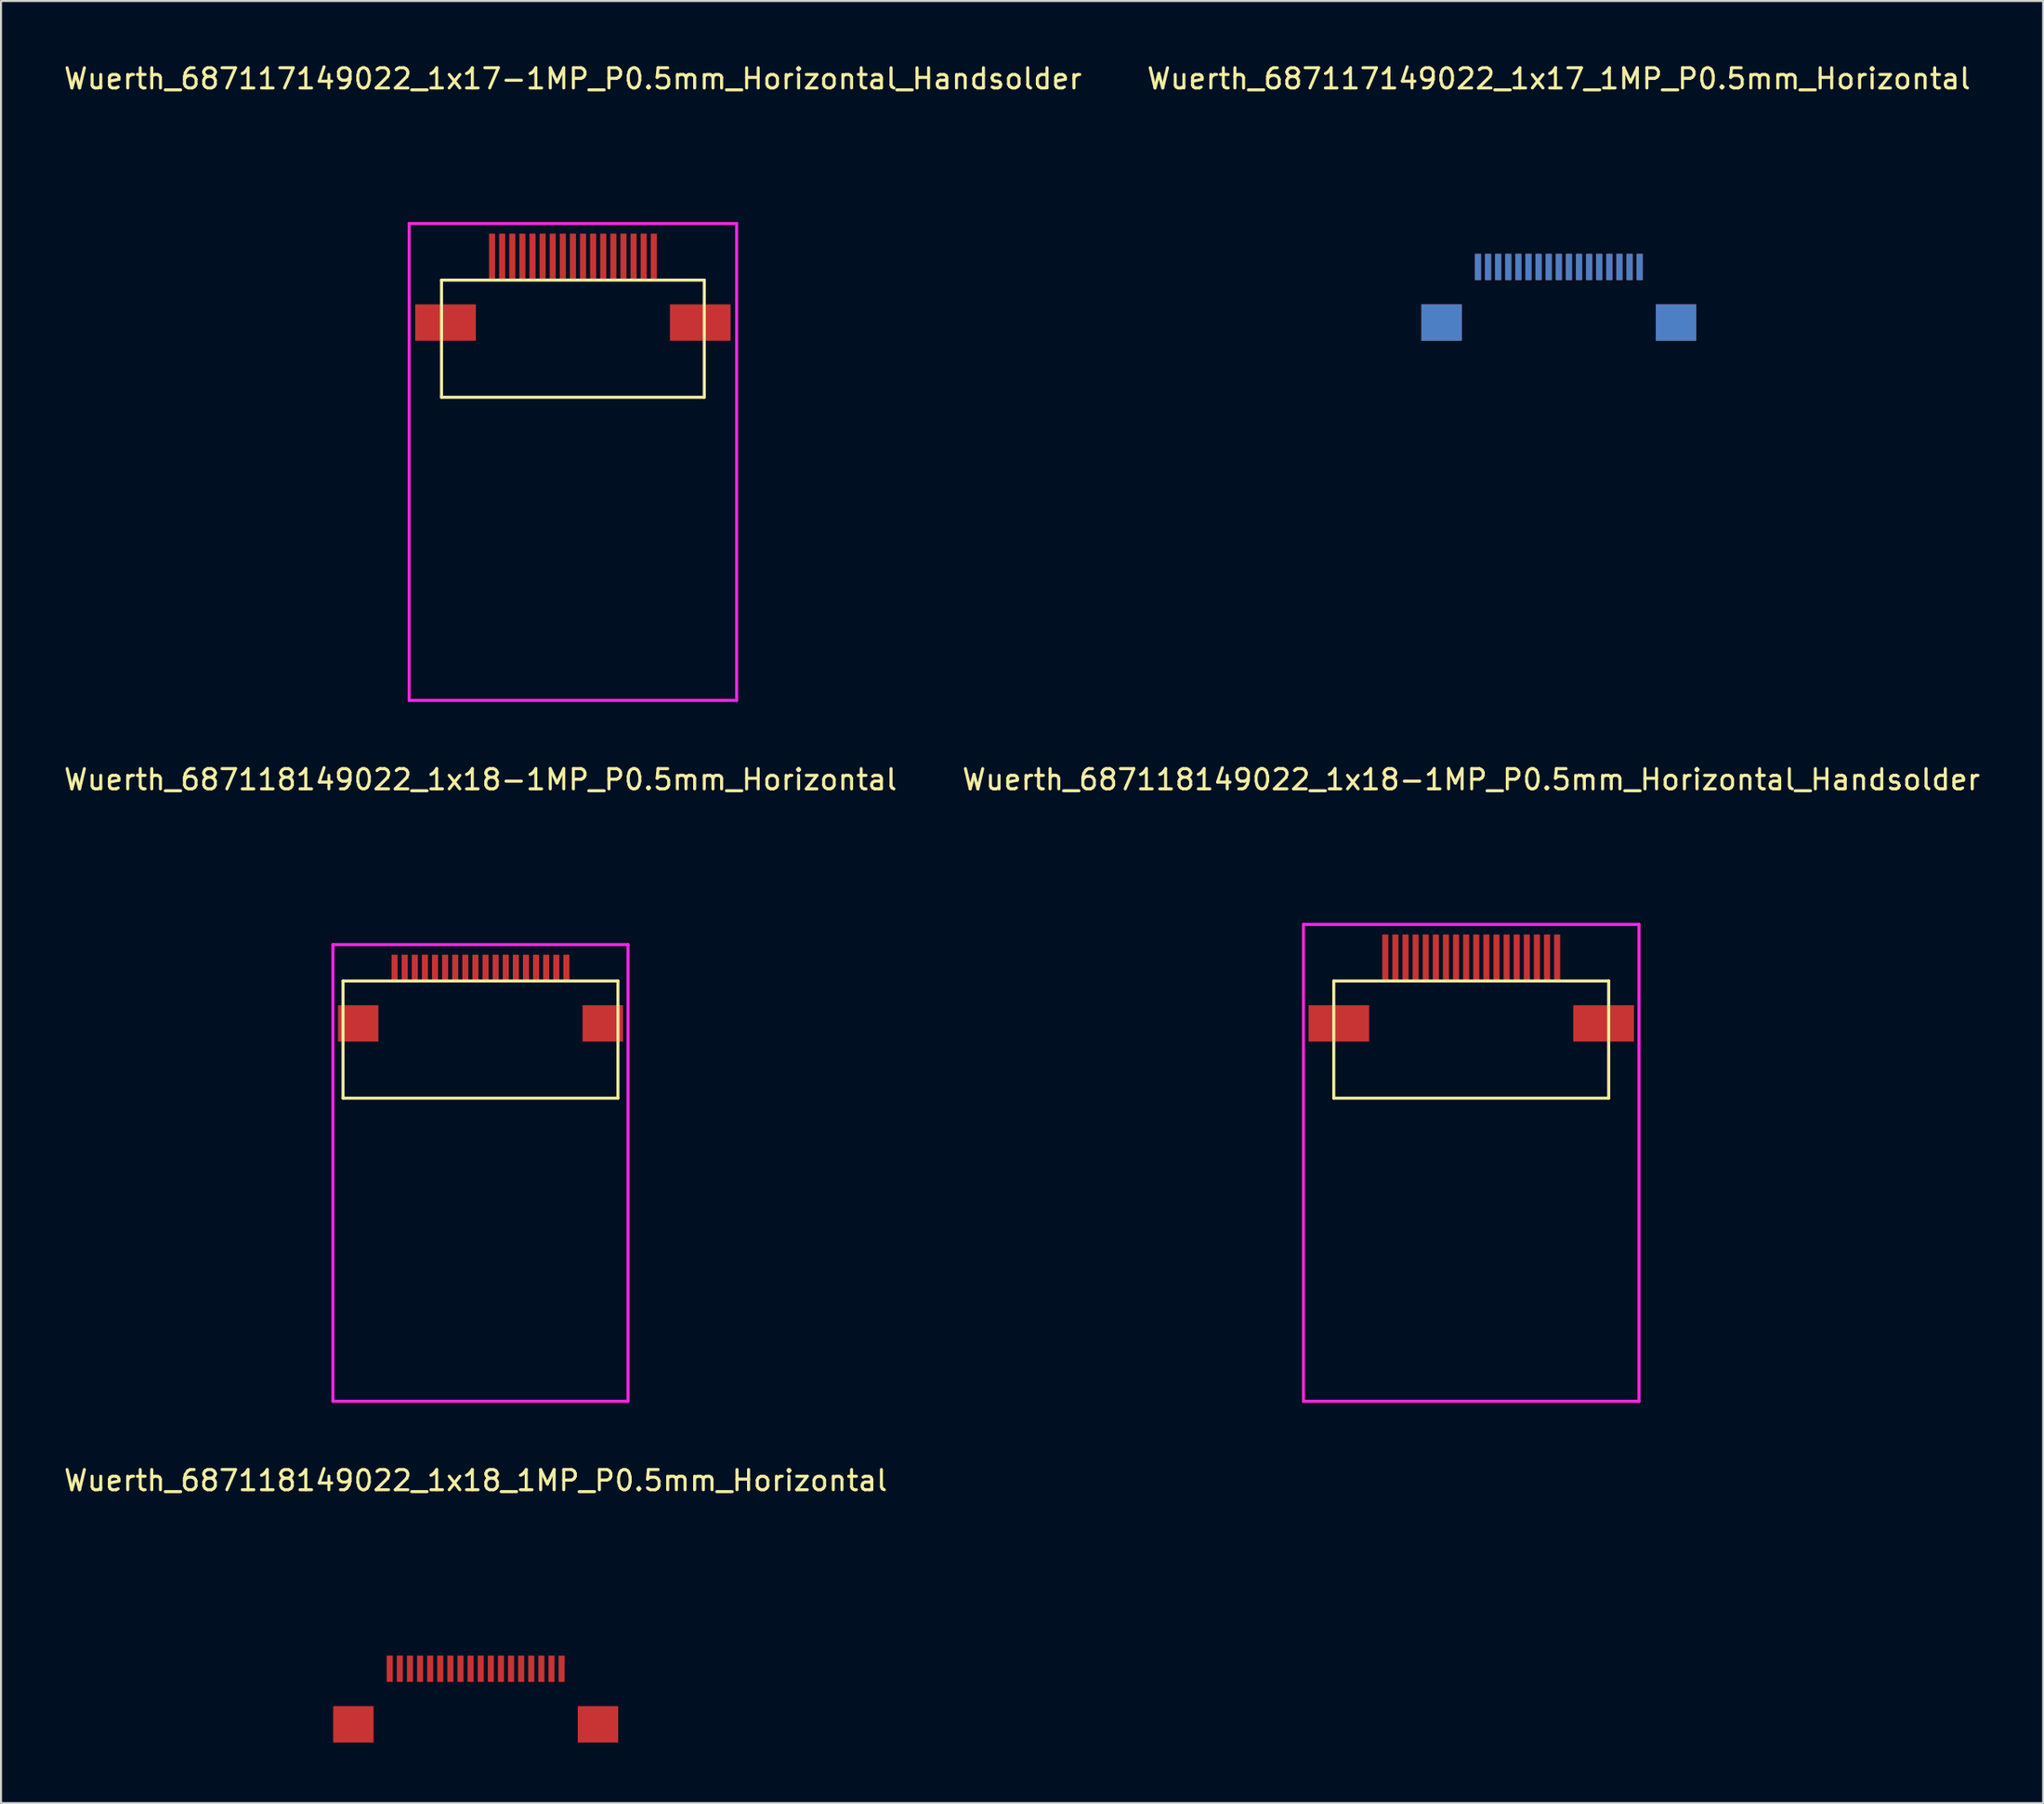
<source format=kicad_pcb>
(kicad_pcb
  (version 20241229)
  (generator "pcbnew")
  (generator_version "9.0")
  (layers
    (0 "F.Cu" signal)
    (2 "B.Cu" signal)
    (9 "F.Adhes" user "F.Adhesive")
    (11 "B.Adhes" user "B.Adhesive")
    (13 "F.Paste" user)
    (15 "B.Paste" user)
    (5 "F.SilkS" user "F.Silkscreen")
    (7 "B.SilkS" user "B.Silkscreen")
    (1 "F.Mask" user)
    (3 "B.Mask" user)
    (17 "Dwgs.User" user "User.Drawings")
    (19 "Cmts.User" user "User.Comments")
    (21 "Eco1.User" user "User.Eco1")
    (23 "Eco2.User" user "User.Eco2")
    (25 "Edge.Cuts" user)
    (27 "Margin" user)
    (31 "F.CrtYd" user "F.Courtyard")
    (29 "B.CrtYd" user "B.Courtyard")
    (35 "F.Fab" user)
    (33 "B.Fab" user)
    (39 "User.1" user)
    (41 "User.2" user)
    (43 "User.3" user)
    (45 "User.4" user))
  (footprint "Wuerth_687118149022_1x18-1MP_P0.5mm_Horizontal_Handsolder"
    (layer "F.Cu")
    (at 69.732 47.602)
    (property "Reference" "Wuerth_687118149022_1x18-1MP_P0.5mm_Horizontal_Handsolder" (at 0 -12.065 0) (layer "F.SilkS") (effects (font (size 1 1) (thickness 0.15))))
    (attr through_hole)
    (fp_line (start -6.8 -2.1) (end 6.8 -2.1) (stroke (width 0.15) (type solid)) (layer "F.SilkS"))
    (fp_line (start -6.8 3.7) (end -6.8 -2.1) (stroke (width 0.15) (type solid)) (layer "F.SilkS"))
    (fp_line (start 6.8 -2.1) (end 6.8 3.7) (stroke (width 0.15) (type solid)) (layer "F.SilkS"))
    (fp_line (start 6.8 3.7) (end -6.8 3.7) (stroke (width 0.15) (type solid)) (layer "F.SilkS"))
    (fp_line (start -8.3 -4.9) (end 8.3 -4.9) (stroke (width 0.15) (type solid)) (layer "F.CrtYd"))
    (fp_line (start -8.3 18.7) (end -8.3 -4.9) (stroke (width 0.15) (type solid)) (layer "F.CrtYd"))
    (fp_line (start 8.3 -4.9) (end 8.3 18.7) (stroke (width 0.15) (type solid)) (layer "F.CrtYd"))
    (fp_line (start 8.3 18.7) (end -8.3 18.7) (stroke (width 0.15) (type solid)) (layer "F.CrtYd"))
    (pad "1" smd rect (at -4.25 -3.25) (size 0.3 2.3) (layers "F.Cu" "F.Mask"))
    (pad "2" smd rect (at -3.75 -3.25) (size 0.3 2.3) (layers "F.Cu" "F.Mask"))
    (pad "3" smd rect (at -3.25 -3.25) (size 0.3 2.3) (layers "F.Cu" "F.Mask"))
    (pad "4" smd rect (at -2.75 -3.25) (size 0.3 2.3) (layers "F.Cu" "F.Mask"))
    (pad "5" smd rect (at -2.25 -3.25) (size 0.3 2.3) (layers "F.Cu" "F.Mask"))
    (pad "6" smd rect (at -1.75 -3.25) (size 0.3 2.3) (layers "F.Cu" "F.Mask"))
    (pad "7" smd rect (at -1.25 -3.25) (size 0.3 2.3) (layers "F.Cu" "F.Mask"))
    (pad "8" smd rect (at -0.75 -3.25) (size 0.3 2.3) (layers "F.Cu" "F.Mask"))
    (pad "9" smd rect (at -0.25 -3.25) (size 0.3 2.3) (layers "F.Cu" "F.Mask"))
    (pad "10" smd rect (at 0.25 -3.25) (size 0.3 2.3) (layers "F.Cu" "F.Mask"))
    (pad "11" smd rect (at 0.75 -3.25) (size 0.3 2.3) (layers "F.Cu" "F.Mask"))
    (pad "12" smd rect (at 1.25 -3.25) (size 0.3 2.3) (layers "F.Cu" "F.Mask"))
    (pad "13" smd rect (at 1.75 -3.25) (size 0.3 2.3) (layers "F.Cu" "F.Mask"))
    (pad "14" smd rect (at 2.25 -3.25) (size 0.3 2.3) (layers "F.Cu" "F.Mask"))
    (pad "15" smd rect (at 2.75 -3.25) (size 0.3 2.3) (layers "F.Cu" "F.Mask"))
    (pad "16" smd rect (at 3.25 -3.25) (size 0.3 2.3) (layers "F.Cu" "F.Mask"))
    (pad "17" smd rect (at 3.75 -3.25) (size 0.3 2.3) (layers "F.Cu" "F.Mask"))
    (pad "18" smd rect (at 4.25 -3.25) (size 0.3 2.3) (layers "F.Cu" "F.Mask"))
    (pad "MP" smd rect (at -6.55 0) (size 3 1.8) (layers "F.Cu" "F.Mask"))
    (pad "MP" smd rect (at 6.55 0) (size 3 1.8) (layers "F.Cu" "F.Mask")))
  (footprint "Wuerth_687118149022_1x18_1MP_P0.5mm_Horizontal"
    (layer "F.Cu")
    (at 20.482 82.29)
    (property "Reference" "Wuerth_687118149022_1x18_1MP_P0.5mm_Horizontal" (at 0 -12.065 0) (layer "F.SilkS") (effects (font (size 1 1) (thickness 0.15))))
    (attr through_hole)
    (pad "1" smd rect (at -4.25 -2.75) (size 0.3 1.3) (layers "F.Cu" "F.Mask"))
    (pad "2" smd rect (at -3.75 -2.75) (size 0.3 1.3) (layers "F.Cu" "F.Mask"))
    (pad "3" smd rect (at -3.25 -2.75) (size 0.3 1.3) (layers "F.Cu" "F.Mask"))
    (pad "4" smd rect (at -2.75 -2.75) (size 0.3 1.3) (layers "F.Cu" "F.Mask"))
    (pad "5" smd rect (at -2.25 -2.75) (size 0.3 1.3) (layers "F.Cu" "F.Mask"))
    (pad "6" smd rect (at -1.75 -2.75) (size 0.3 1.3) (layers "F.Cu" "F.Mask"))
    (pad "7" smd rect (at -1.25 -2.75) (size 0.3 1.3) (layers "F.Cu" "F.Mask"))
    (pad "8" smd rect (at -0.75 -2.75) (size 0.3 1.3) (layers "F.Cu" "F.Mask"))
    (pad "9" smd rect (at -0.25 -2.75) (size 0.3 1.3) (layers "F.Cu" "F.Mask"))
    (pad "10" smd rect (at 0.25 -2.75) (size 0.3 1.3) (layers "F.Cu" "F.Mask"))
    (pad "11" smd rect (at 0.75 -2.75) (size 0.3 1.3) (layers "F.Cu" "F.Mask"))
    (pad "12" smd rect (at 1.25 -2.75) (size 0.3 1.3) (layers "F.Cu" "F.Mask"))
    (pad "13" smd rect (at 1.75 -2.75) (size 0.3 1.3) (layers "F.Cu" "F.Mask"))
    (pad "14" smd rect (at 2.25 -2.75) (size 0.3 1.3) (layers "F.Cu" "F.Mask"))
    (pad "15" smd rect (at 2.75 -2.75) (size 0.3 1.3) (layers "F.Cu" "F.Mask"))
    (pad "16" smd rect (at 3.25 -2.75) (size 0.3 1.3) (layers "F.Cu" "F.Mask"))
    (pad "17" smd rect (at 3.75 -2.75) (size 0.3 1.3) (layers "F.Cu" "F.Mask"))
    (pad "18" smd rect (at 4.25 -2.75) (size 0.3 1.3) (layers "F.Cu" "F.Mask"))
    (pad "MP" smd rect (at -6.05 0) (size 2 1.8) (layers "F.Cu" "F.Mask"))
    (pad "MP" smd rect (at 6.05 0) (size 2 1.8) (layers "F.Cu" "F.Mask")))
  (footprint "Wuerth_687117149022_1x17-1MP_P0.5mm_Horizontal_Handsolder"
    (layer "F.Cu")
    (at 25.292 12.913)
    (property "Reference" "Wuerth_687117149022_1x17-1MP_P0.5mm_Horizontal_Handsolder" (at 0 -12.065 0) (layer "F.SilkS") (effects (font (size 1 1) (thickness 0.15))))
    (attr through_hole)
    (fp_line (start -6.5 -2.1) (end 6.5 -2.1) (stroke (width 0.15) (type solid)) (layer "F.SilkS"))
    (fp_line (start -6.5 3.7) (end -6.5 -2.1) (stroke (width 0.15) (type solid)) (layer "F.SilkS"))
    (fp_line (start 6.5 -2.1) (end 6.5 3.7) (stroke (width 0.15) (type solid)) (layer "F.SilkS"))
    (fp_line (start 6.5 3.7) (end -6.5 3.7) (stroke (width 0.15) (type solid)) (layer "F.SilkS"))
    (fp_line (start -8.1 -4.9) (end 8.1 -4.9) (stroke (width 0.15) (type solid)) (layer "F.CrtYd"))
    (fp_line (start -8.1 18.7) (end -8.1 -4.9) (stroke (width 0.15) (type solid)) (layer "F.CrtYd"))
    (fp_line (start 8.1 -4.9) (end 8.1 18.7) (stroke (width 0.15) (type solid)) (layer "F.CrtYd"))
    (fp_line (start 8.1 18.7) (end -8.1 18.7) (stroke (width 0.15) (type solid)) (layer "F.CrtYd"))
    (pad "1" smd rect (at -4 -3.25) (size 0.3 2.3) (layers "F.Cu" "F.Mask"))
    (pad "2" smd rect (at -3.5 -3.25) (size 0.3 2.3) (layers "F.Cu" "F.Mask"))
    (pad "3" smd rect (at -3 -3.25) (size 0.3 2.3) (layers "F.Cu" "F.Mask"))
    (pad "4" smd rect (at -2.5 -3.25) (size 0.3 2.3) (layers "F.Cu" "F.Mask"))
    (pad "5" smd rect (at -2 -3.25) (size 0.3 2.3) (layers "F.Cu" "F.Mask"))
    (pad "6" smd rect (at -1.5 -3.25) (size 0.3 2.3) (layers "F.Cu" "F.Mask"))
    (pad "7" smd rect (at -1 -3.25) (size 0.3 2.3) (layers "F.Cu" "F.Mask"))
    (pad "8" smd rect (at -0.5 -3.25) (size 0.3 2.3) (layers "F.Cu" "F.Mask"))
    (pad "9" smd rect (at 0 -3.25) (size 0.3 2.3) (layers "F.Cu" "F.Mask"))
    (pad "10" smd rect (at 0.5 -3.25) (size 0.3 2.3) (layers "F.Cu" "F.Mask"))
    (pad "11" smd rect (at 1 -3.25) (size 0.3 2.3) (layers "F.Cu" "F.Mask"))
    (pad "12" smd rect (at 1.5 -3.25) (size 0.3 2.3) (layers "F.Cu" "F.Mask"))
    (pad "13" smd rect (at 2 -3.25) (size 0.3 2.3) (layers "F.Cu" "F.Mask"))
    (pad "14" smd rect (at 2.5 -3.25) (size 0.3 2.3) (layers "F.Cu" "F.Mask"))
    (pad "15" smd rect (at 3 -3.25) (size 0.3 2.3) (layers "F.Cu" "F.Mask"))
    (pad "16" smd rect (at 3.5 -3.25) (size 0.3 2.3) (layers "F.Cu" "F.Mask"))
    (pad "17" smd rect (at 4 -3.25) (size 0.3 2.3) (layers "F.Cu" "F.Mask"))
    (pad "MP" smd rect (at -6.3 0) (size 3 1.8) (layers "F.Cu" "F.Mask"))
    (pad "MP" smd rect (at 6.3 0) (size 3 1.8) (layers "F.Cu" "F.Mask")))
  (footprint "Wuerth_687118149022_1x18-1MP_P0.5mm_Horizontal"
    (layer "F.Cu")
    (at 20.72 47.602)
    (property "Reference" "Wuerth_687118149022_1x18-1MP_P0.5mm_Horizontal" (at 0 -12.065 0) (layer "F.SilkS") (effects (font (size 1 1) (thickness 0.15))))
    (attr through_hole)
    (fp_line (start -6.8 -2.1) (end 6.8 -2.1) (stroke (width 0.15) (type solid)) (layer "F.SilkS"))
    (fp_line (start -6.8 3.7) (end -6.8 -2.1) (stroke (width 0.15) (type solid)) (layer "F.SilkS"))
    (fp_line (start 6.8 -2.1) (end 6.8 3.7) (stroke (width 0.15) (type solid)) (layer "F.SilkS"))
    (fp_line (start 6.8 3.7) (end -6.8 3.7) (stroke (width 0.15) (type solid)) (layer "F.SilkS"))
    (fp_line (start -7.3 -3.9) (end 7.3 -3.9) (stroke (width 0.15) (type solid)) (layer "F.CrtYd"))
    (fp_line (start -7.3 18.7) (end -7.3 -3.9) (stroke (width 0.15) (type solid)) (layer "F.CrtYd"))
    (fp_line (start 7.3 -3.9) (end 7.3 18.7) (stroke (width 0.15) (type solid)) (layer "F.CrtYd"))
    (fp_line (start 7.3 18.7) (end -7.3 18.7) (stroke (width 0.15) (type solid)) (layer "F.CrtYd"))
    (pad "1" smd rect (at -4.25 -2.75) (size 0.3 1.3) (layers "F.Cu" "F.Mask" "F.Paste"))
    (pad "2" smd rect (at -3.75 -2.75) (size 0.3 1.3) (layers "F.Cu" "F.Mask" "F.Paste"))
    (pad "3" smd rect (at -3.25 -2.75) (size 0.3 1.3) (layers "F.Cu" "F.Mask" "F.Paste"))
    (pad "4" smd rect (at -2.75 -2.75) (size 0.3 1.3) (layers "F.Cu" "F.Mask" "F.Paste"))
    (pad "5" smd rect (at -2.25 -2.75) (size 0.3 1.3) (layers "F.Cu" "F.Mask" "F.Paste"))
    (pad "6" smd rect (at -1.75 -2.75) (size 0.3 1.3) (layers "F.Cu" "F.Mask" "F.Paste"))
    (pad "7" smd rect (at -1.25 -2.75) (size 0.3 1.3) (layers "F.Cu" "F.Mask" "F.Paste"))
    (pad "8" smd rect (at -0.75 -2.75) (size 0.3 1.3) (layers "F.Cu" "F.Mask" "F.Paste"))
    (pad "9" smd rect (at -0.25 -2.75) (size 0.3 1.3) (layers "F.Cu" "F.Mask" "F.Paste"))
    (pad "10" smd rect (at 0.25 -2.75) (size 0.3 1.3) (layers "F.Cu" "F.Mask" "F.Paste"))
    (pad "11" smd rect (at 0.75 -2.75) (size 0.3 1.3) (layers "F.Cu" "F.Mask" "F.Paste"))
    (pad "12" smd rect (at 1.25 -2.75) (size 0.3 1.3) (layers "F.Cu" "F.Mask" "F.Paste"))
    (pad "13" smd rect (at 1.75 -2.75) (size 0.3 1.3) (layers "F.Cu" "F.Mask" "F.Paste"))
    (pad "14" smd rect (at 2.25 -2.75) (size 0.3 1.3) (layers "F.Cu" "F.Mask" "F.Paste"))
    (pad "15" smd rect (at 2.75 -2.75) (size 0.3 1.3) (layers "F.Cu" "F.Mask" "F.Paste"))
    (pad "16" smd rect (at 3.25 -2.75) (size 0.3 1.3) (layers "F.Cu" "F.Mask" "F.Paste"))
    (pad "17" smd rect (at 3.75 -2.75) (size 0.3 1.3) (layers "F.Cu" "F.Mask" "F.Paste"))
    (pad "18" smd rect (at 4.25 -2.75) (size 0.3 1.3) (layers "F.Cu" "F.Mask" "F.Paste"))
    (pad "MP" smd rect (at -6.05 0) (size 2 1.8) (layers "F.Cu" "F.Mask" "F.Paste"))
    (pad "MP" smd rect (at 6.05 0) (size 2 1.8) (layers "F.Cu" "F.Mask" "F.Paste")))
  (footprint "Wuerth_687117149022_1x17_1MP_P0.5mm_Horizontal"
    (layer "F.Cu")
    (at 74.065 12.913)
    (property "Reference" "Wuerth_687117149022_1x17_1MP_P0.5mm_Horizontal" (at 0 -12.065 0) (layer "F.SilkS") (effects (font (size 1 1) (thickness 0.15))))
    (attr through_hole)
    (pad "1" smd rect (at -4 -2.75) (size 0.3 1.3) (layers "*.Cu" "*.Mask"))
    (pad "2" smd rect (at -3.5 -2.75) (size 0.3 1.3) (layers "*.Cu" "*.Mask"))
    (pad "3" smd rect (at -3 -2.75) (size 0.3 1.3) (layers "*.Cu" "*.Mask"))
    (pad "4" smd rect (at -2.5 -2.75) (size 0.3 1.3) (layers "*.Cu" "*.Mask"))
    (pad "5" smd rect (at -2 -2.75) (size 0.3 1.3) (layers "*.Cu" "*.Mask"))
    (pad "6" smd rect (at -1.5 -2.75) (size 0.3 1.3) (layers "*.Cu" "*.Mask"))
    (pad "7" smd rect (at -1 -2.75) (size 0.3 1.3) (layers "*.Cu" "*.Mask"))
    (pad "8" smd rect (at -0.5 -2.75) (size 0.3 1.3) (layers "*.Cu" "*.Mask"))
    (pad "9" smd rect (at 0 -2.75) (size 0.3 1.3) (layers "*.Cu" "*.Mask"))
    (pad "10" smd rect (at 0.5 -2.75) (size 0.3 1.3) (layers "*.Cu" "*.Mask"))
    (pad "11" smd rect (at 1 -2.75) (size 0.3 1.3) (layers "*.Cu" "*.Mask"))
    (pad "12" smd rect (at 1.5 -2.75) (size 0.3 1.3) (layers "*.Cu" "*.Mask"))
    (pad "13" smd rect (at 2 -2.75) (size 0.3 1.3) (layers "*.Cu" "*.Mask"))
    (pad "14" smd rect (at 2.5 -2.75) (size 0.3 1.3) (layers "*.Cu" "*.Mask"))
    (pad "15" smd rect (at 3 -2.75) (size 0.3 1.3) (layers "*.Cu" "*.Mask"))
    (pad "16" smd rect (at 3.5 -2.75) (size 0.3 1.3) (layers "*.Cu" "*.Mask"))
    (pad "17" smd rect (at 4 -2.75) (size 0.3 1.3) (layers "*.Cu" "*.Mask"))
    (pad "MP" smd rect (at -5.8 0) (size 2 1.8) (layers "*.Cu" "*.Mask"))
    (pad "MP" smd rect (at 5.8 0) (size 2 1.8) (layers "*.Cu" "*.Mask")))
  (gr_rect
    (start -3 -3)
    (end 98.024 86.19)
    (stroke (width 0.1) (type default))
    (fill no)
    (layer "Edge.Cuts")))
</source>
